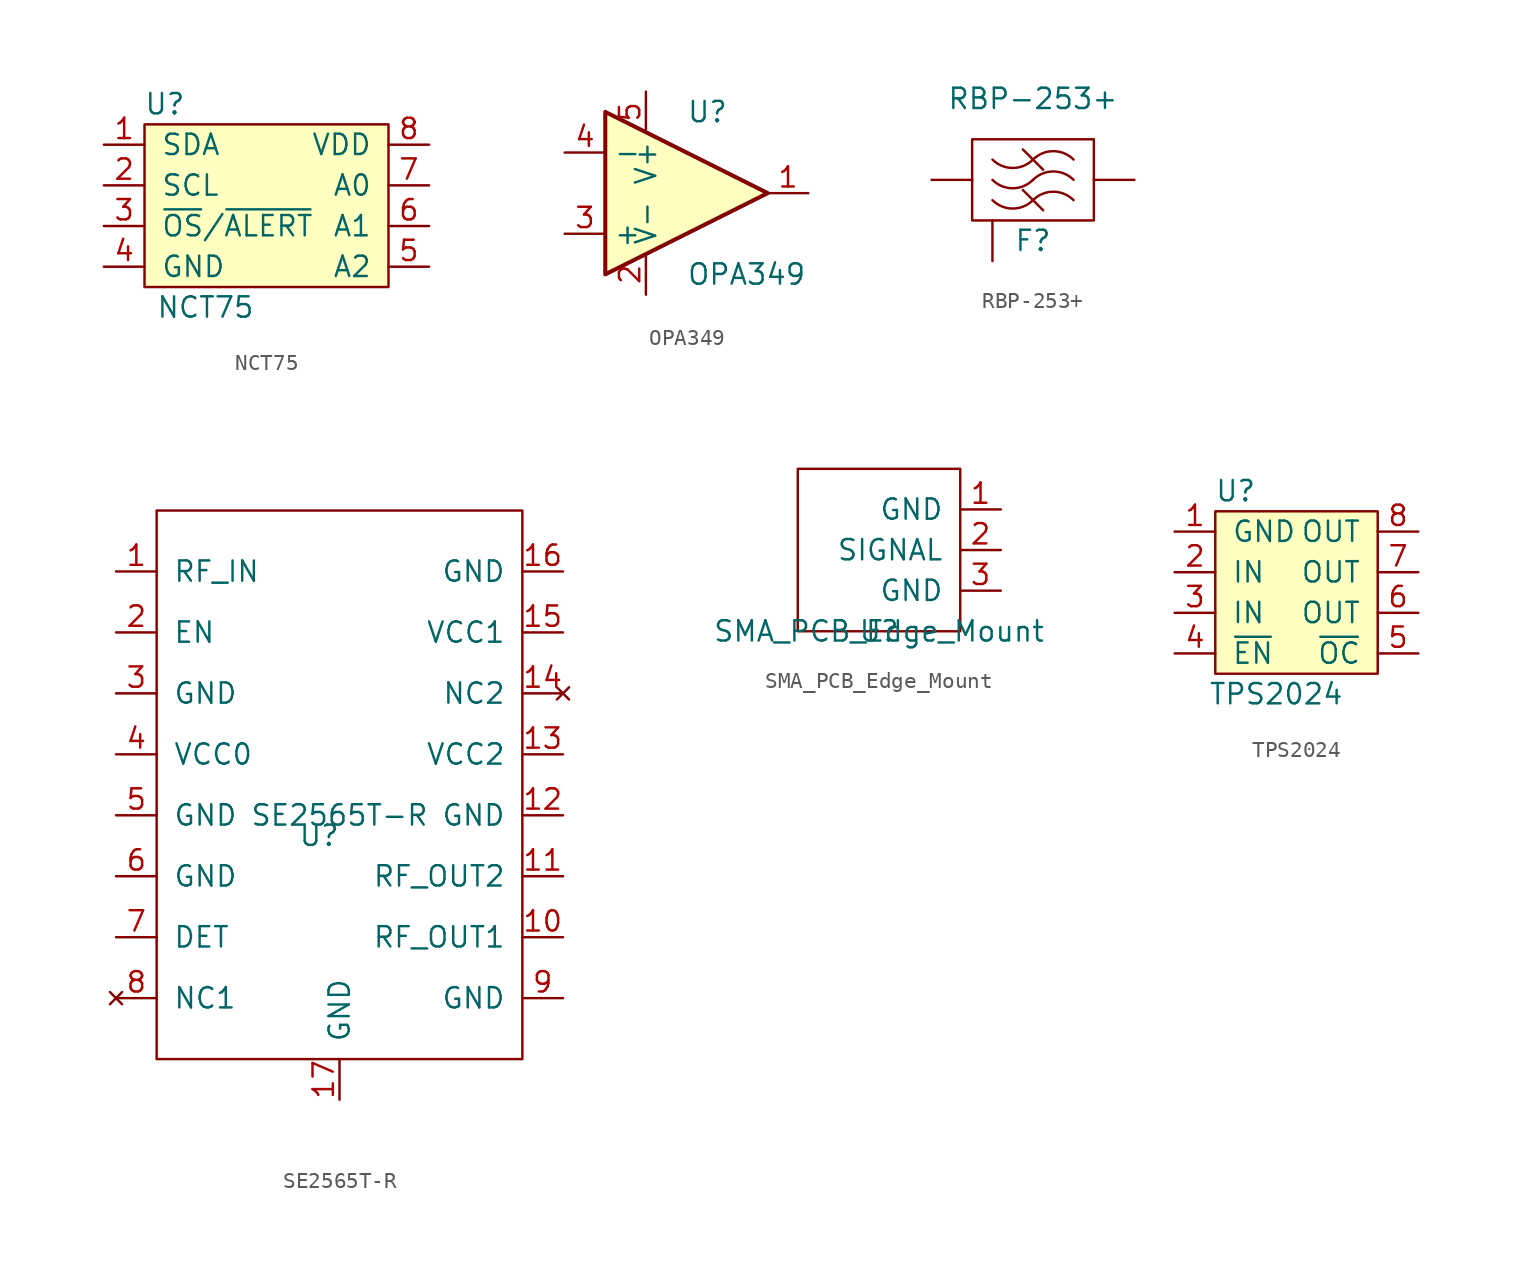
<source format=kicad_sym>
(kicad_symbol_lib
  (version 20211014)
  (generator kicad_symbol_editor)
  (symbol "NCT75"
    (pin_names
      (offset 1.016))
    (property "Reference" "U"
      (at 1.27 7.62 0)
      (effects (font (size 1.27 1.27))))
    (property "Value" "NCT75"
      (at 3.81 -5.08 0)
      (effects (font (size 1.27 1.27))))
    (symbol "NCT75_0_1"
      (rectangle (start 0 6.35) (end 15.24 -3.81) (stroke (width 0) (type default) (color 0 0 0 0)) (fill (type background))))
    (symbol "NCT75_1_1"
      (pin bidirectional line (at -2.54 5.08 0) (length 2.54) (name "SDA" (effects (font (size 1.27 1.27)))) (number "1" (effects (font (size 1.27 1.27)))))
      (pin input line (at -2.54 2.54 0) (length 2.54) (name "SCL" (effects (font (size 1.27 1.27)))) (number "2" (effects (font (size 1.27 1.27)))))
      (pin open_collector line (at -2.54 0 0) (length 2.54) (name "~{OS}/~{ALERT}" (effects (font (size 1.27 1.27)))) (number "3" (effects (font (size 1.27 1.27)))))
      (pin power_in line (at -2.54 -2.54 0) (length 2.54) (name "GND" (effects (font (size 1.27 1.27)))) (number "4" (effects (font (size 1.27 1.27)))))
      (pin input line (at 17.78 -2.54 180) (length 2.54) (name "A2" (effects (font (size 1.27 1.27)))) (number "5" (effects (font (size 1.27 1.27)))))
      (pin input line (at 17.78 0 180) (length 2.54) (name "A1" (effects (font (size 1.27 1.27)))) (number "6" (effects (font (size 1.27 1.27)))))
      (pin input line (at 17.78 2.54 180) (length 2.54) (name "A0" (effects (font (size 1.27 1.27)))) (number "7" (effects (font (size 1.27 1.27)))))
      (pin power_in line (at 17.78 5.08 180) (length 2.54) (name "VDD" (effects (font (size 1.27 1.27)))) (number "8" (effects (font (size 1.27 1.27)))))))
  (symbol "OPA349"
    (property "Reference" "U"
      (at 0 5.08 0)
      (effects (font (size 1.27 1.27)) (justify left)))
    (property "Value" "OPA349"
      (at 0 -5.08 0)
      (effects (font (size 1.27 1.27)) (justify left)))
    (symbol "OPA349_1_1"
      (polyline (pts (xy -5.08 5.08) (xy 5.08 0) (xy -5.08 -5.08) (xy -5.08 5.08)) (stroke (width 0.254) (type default) (color 0 0 0 0)) (fill (type background)))
      (pin output line (at 7.62 0 180) (length 2.54) (name "~" (effects (font (size 1.27 1.27)))) (number "1" (effects (font (size 1.27 1.27)))))
      (pin power_in line (at -2.54 -6.35 90) (length 2.54) (name "V-" (effects (font (size 1.27 1.27)))) (number "2" (effects (font (size 1.27 1.27)))))
      (pin input line (at -7.62 -2.54 0) (length 2.54) (name "+" (effects (font (size 1.27 1.27)))) (number "3" (effects (font (size 1.27 1.27)))))
      (pin input line (at -7.62 2.54 0) (length 2.54) (name "-" (effects (font (size 1.27 1.27)))) (number "4" (effects (font (size 1.27 1.27)))))
      (pin power_in line (at -2.54 6.35 270) (length 2.54) (name "V+" (effects (font (size 1.27 1.27)))) (number "5" (effects (font (size 1.27 1.27)))))))
  (symbol "RBP-253+"
    (pin_numbers hide)
    (pin_names
      (offset 1.016) hide)
    (property "Reference" "F"
      (at 0 -3.81 0)
      (effects (font (size 1.27 1.27))))
    (property "Value" "RBP-253+"
      (at 0 5.08 0)
      (effects (font (size 1.27 1.27))))
    (symbol "RBP-253+_0_1"
      (rectangle (start -3.81 2.54) (end 3.81 -2.54) (stroke (width 0) (type default) (color 0 0 0 0)) (fill (type none)))
      (arc (start -2.54 0) (mid -1.27 -0.5261) (end 0 0) (stroke (width 0) (type default) (color 0 0 0 0)) (fill (type none)))
      (polyline (pts (xy -0.635 -0.635) (xy 0.635 -1.905)) (stroke (width 0) (type default) (color 0 0 0 0)) (fill (type none)))
      (polyline (pts (xy -0.635 1.905) (xy 0.635 0.635)) (stroke (width 0) (type default) (color 0 0 0 0)) (fill (type none)))
      (arc (start 2.54 0) (mid 1.27 0.5261) (end 0 0) (stroke (width 0) (type default) (color 0 0 0 0)) (fill (type none))))
    (symbol "RBP-253+_1_1"
      (arc (start -2.54 -1.27) (mid -1.27 -1.7961) (end 0 -1.27) (stroke (width 0) (type default) (color 0 0 0 0)) (fill (type none)))
      (arc (start -2.54 1.27) (mid -1.27 0.7439) (end 0 1.27) (stroke (width 0) (type default) (color 0 0 0 0)) (fill (type none)))
      (arc (start 2.54 -1.27) (mid 1.27 -0.7439) (end 0 -1.27) (stroke (width 0) (type default) (color 0 0 0 0)) (fill (type none)))
      (arc (start 2.54 1.27) (mid 1.27 1.7961) (end 0 1.27) (stroke (width 0) (type default) (color 0 0 0 0)) (fill (type none)))
      (pin power_in line (at -2.54 -5.08 90) (length 2.54) (name "GND" (effects (font (size 1.27 1.27)))) (number "1" (effects (font (size 1.27 1.27)))))
      (pin input line (at -6.35 0 0) (length 2.54) (name "IN" (effects (font (size 1.27 1.27)))) (number "2" (effects (font (size 1.27 1.27)))))
      (pin passive line (at -2.54 -5.08 180) (length 0) hide (name "GND" (effects (font (size 1.27 1.27)))) (number "3" (effects (font (size 1.27 1.27)))))
      (pin passive line (at -2.54 -5.08 180) (length 0) hide (name "GND" (effects (font (size 1.27 1.27)))) (number "4" (effects (font (size 1.27 1.27)))))
      (pin passive line (at -2.54 -5.08 180) (length 0) hide (name "GND" (effects (font (size 1.27 1.27)))) (number "5" (effects (font (size 1.27 1.27)))))
      (pin output line (at 6.35 0 180) (length 2.54) (name "OUT" (effects (font (size 1.27 1.27)))) (number "6" (effects (font (size 1.27 1.27)))))
      (pin passive line (at -2.54 -5.08 180) (length 0) hide (name "GND" (effects (font (size 1.27 1.27)))) (number "7" (effects (font (size 1.27 1.27)))))
      (pin passive line (at -2.54 -5.08 180) (length 0) hide (name "GND" (effects (font (size 1.27 1.27)))) (number "8" (effects (font (size 1.27 1.27)))))))
  (symbol "SE2565T-R"
    (pin_names
      (offset 1.016))
    (property "Reference" "U"
      (at -1.27 -3.81 0)
      (effects (font (size 1.27 1.27))))
    (property "Value" "SE2565T-R"
      (at 0 -2.54 0)
      (effects (font (size 1.27 1.27))))
    (symbol "SE2565T-R_0_1"
      (rectangle (start -11.43 16.51) (end 11.43 -17.78) (stroke (width 0) (type default) (color 0 0 0 0)) (fill (type none))))
    (symbol "SE2565T-R_1_1"
      (pin input line (at -13.97 12.7 0) (length 2.54) (name "RF_IN" (effects (font (size 1.27 1.27)))) (number "1" (effects (font (size 1.27 1.27)))))
      (pin output line (at 13.97 -10.16 180) (length 2.54) (name "RF_OUT1" (effects (font (size 1.27 1.27)))) (number "10" (effects (font (size 1.27 1.27)))))
      (pin output line (at 13.97 -6.35 180) (length 2.54) (name "RF_OUT2" (effects (font (size 1.27 1.27)))) (number "11" (effects (font (size 1.27 1.27)))))
      (pin power_in line (at 13.97 -2.54 180) (length 2.54) (name "GND" (effects (font (size 1.27 1.27)))) (number "12" (effects (font (size 1.27 1.27)))))
      (pin power_in line (at 13.97 1.27 180) (length 2.54) (name "VCC2" (effects (font (size 1.27 1.27)))) (number "13" (effects (font (size 1.27 1.27)))))
      (pin no_connect line (at 13.97 5.08 180) (length 2.54) (name "NC2" (effects (font (size 1.27 1.27)))) (number "14" (effects (font (size 1.27 1.27)))))
      (pin power_in line (at 13.97 8.89 180) (length 2.54) (name "VCC1" (effects (font (size 1.27 1.27)))) (number "15" (effects (font (size 1.27 1.27)))))
      (pin power_in line (at 13.97 12.7 180) (length 2.54) (name "GND" (effects (font (size 1.27 1.27)))) (number "16" (effects (font (size 1.27 1.27)))))
      (pin power_in line (at 0 -20.32 90) (length 2.54) (name "GND" (effects (font (size 1.27 1.27)))) (number "17" (effects (font (size 1.27 1.27)))))
      (pin input line (at -13.97 8.89 0) (length 2.54) (name "EN" (effects (font (size 1.27 1.27)))) (number "2" (effects (font (size 1.27 1.27)))))
      (pin power_in line (at -13.97 5.08 0) (length 2.54) (name "GND" (effects (font (size 1.27 1.27)))) (number "3" (effects (font (size 1.27 1.27)))))
      (pin power_in line (at -13.97 1.27 0) (length 2.54) (name "VCC0" (effects (font (size 1.27 1.27)))) (number "4" (effects (font (size 1.27 1.27)))))
      (pin power_in line (at -13.97 -2.54 0) (length 2.54) (name "GND" (effects (font (size 1.27 1.27)))) (number "5" (effects (font (size 1.27 1.27)))))
      (pin power_in line (at -13.97 -6.35 0) (length 2.54) (name "GND" (effects (font (size 1.27 1.27)))) (number "6" (effects (font (size 1.27 1.27)))))
      (pin output line (at -13.97 -10.16 0) (length 2.54) (name "DET" (effects (font (size 1.27 1.27)))) (number "7" (effects (font (size 1.27 1.27)))))
      (pin no_connect line (at -13.97 -13.97 0) (length 2.54) (name "NC1" (effects (font (size 1.27 1.27)))) (number "8" (effects (font (size 1.27 1.27)))))
      (pin power_in line (at 13.97 -13.97 180) (length 2.54) (name "GND" (effects (font (size 1.27 1.27)))) (number "9" (effects (font (size 1.27 1.27)))))))
  (symbol "SMA_PCB_Edge_Mount"
    (pin_names
      (offset 1.016))
    (property "Reference" "U"
      (at 0 0 0)
      (effects (font (size 1.27 1.27))))
    (property "Value" "SMA_PCB_Edge_Mount"
      (at 0 0 0)
      (effects (font (size 1.27 1.27))))
    (symbol "SMA_PCB_Edge_Mount_0_1"
      (rectangle (start -5.08 10.16) (end 5.08 0) (stroke (width 0) (type default) (color 0 0 0 0)) (fill (type none))))
    (symbol "SMA_PCB_Edge_Mount_1_1"
      (pin input line (at 7.62 7.62 180) (length 2.54) (name "GND" (effects (font (size 1.27 1.27)))) (number "1" (effects (font (size 1.27 1.27)))))
      (pin input line (at 7.62 5.08 180) (length 2.54) (name "SIGNAL" (effects (font (size 1.27 1.27)))) (number "2" (effects (font (size 1.27 1.27)))))
      (pin input line (at 7.62 2.54 180) (length 2.54) (name "GND" (effects (font (size 1.27 1.27)))) (number "3" (effects (font (size 1.27 1.27)))))))
  (symbol "TPS2024"
    (pin_names
      (offset 1.016))
    (property "Reference" "U"
      (at -1.27 6.35 0)
      (effects (font (size 1.27 1.27))))
    (property "Value" "TPS2024"
      (at 1.27 -6.35 0)
      (effects (font (size 1.27 1.27))))
    (symbol "TPS2024_0_1"
      (rectangle (start -2.54 5.08) (end 7.62 -5.08) (stroke (width 0) (type default) (color 0 0 0 0)) (fill (type background))))
    (symbol "TPS2024_1_1"
      (pin power_in line (at -5.08 3.81 0) (length 2.54) (name "GND" (effects (font (size 1.27 1.27)))) (number "1" (effects (font (size 1.27 1.27)))))
      (pin power_in line (at -5.08 1.27 0) (length 2.54) (name "IN" (effects (font (size 1.27 1.27)))) (number "2" (effects (font (size 1.27 1.27)))))
      (pin power_in line (at -5.08 -1.27 0) (length 2.54) (name "IN" (effects (font (size 1.27 1.27)))) (number "3" (effects (font (size 1.27 1.27)))))
      (pin input line (at -5.08 -3.81 0) (length 2.54) (name "~{EN}" (effects (font (size 1.27 1.27)))) (number "4" (effects (font (size 1.27 1.27)))))
      (pin output line (at 10.16 -3.81 180) (length 2.54) (name "~{OC}" (effects (font (size 1.27 1.27)))) (number "5" (effects (font (size 1.27 1.27)))))
      (pin power_out line (at 10.16 -1.27 180) (length 2.54) (name "OUT" (effects (font (size 1.27 1.27)))) (number "6" (effects (font (size 1.27 1.27)))))
      (pin power_out line (at 10.16 1.27 180) (length 2.54) (name "OUT" (effects (font (size 1.27 1.27)))) (number "7" (effects (font (size 1.27 1.27)))))
      (pin power_out line (at 10.16 3.81 180) (length 2.54) (name "OUT" (effects (font (size 1.27 1.27)))) (number "8" (effects (font (size 1.27 1.27))))))))
</source>
